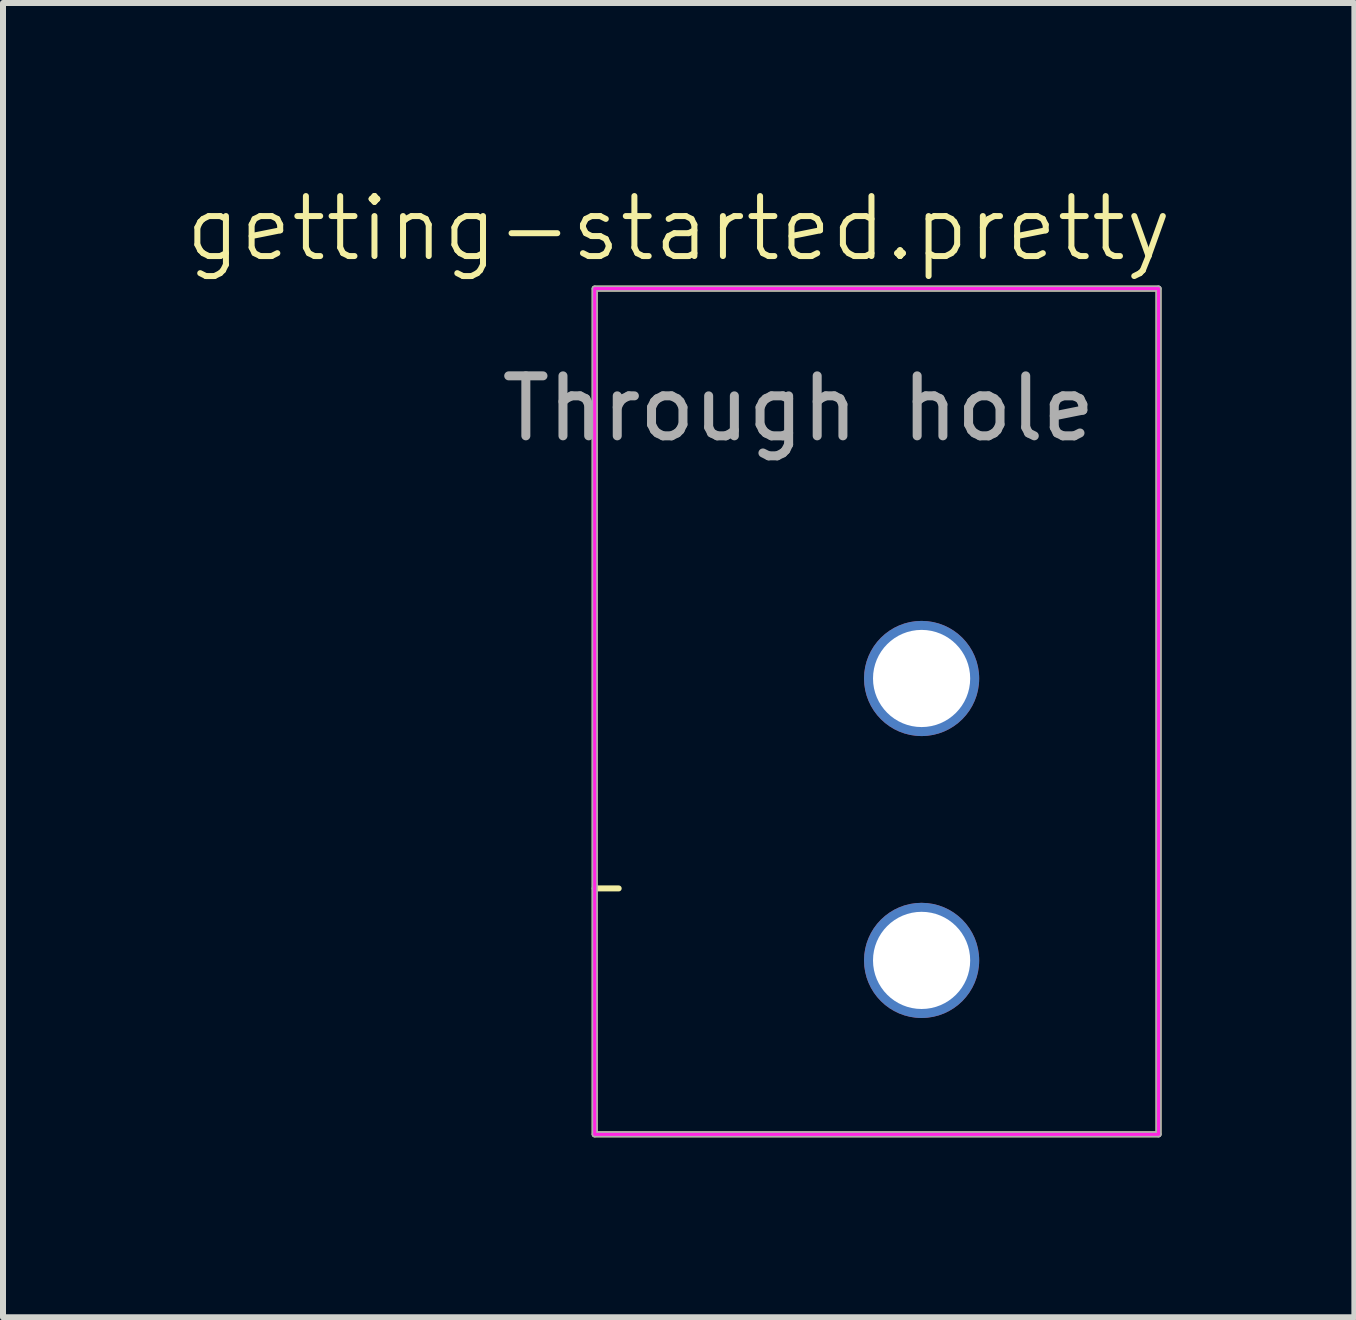
<source format=kicad_pcb>
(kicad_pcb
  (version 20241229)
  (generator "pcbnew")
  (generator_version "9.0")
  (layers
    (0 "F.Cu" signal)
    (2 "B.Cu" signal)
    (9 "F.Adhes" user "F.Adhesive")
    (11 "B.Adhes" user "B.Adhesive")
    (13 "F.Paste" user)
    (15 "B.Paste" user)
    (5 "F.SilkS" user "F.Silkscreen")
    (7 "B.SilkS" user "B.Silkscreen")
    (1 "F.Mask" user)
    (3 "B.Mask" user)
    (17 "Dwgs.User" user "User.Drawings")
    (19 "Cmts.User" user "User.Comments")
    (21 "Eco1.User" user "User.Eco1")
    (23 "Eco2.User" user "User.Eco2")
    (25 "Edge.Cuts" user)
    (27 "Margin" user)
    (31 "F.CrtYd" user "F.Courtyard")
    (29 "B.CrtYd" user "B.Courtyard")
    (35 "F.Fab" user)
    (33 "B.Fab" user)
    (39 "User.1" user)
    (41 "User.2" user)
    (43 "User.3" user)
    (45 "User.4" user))
  (footprint "getting-started.pretty"
    (layer "F.Cu")
    (at 12.314 3.561)
    (property "Reference" "getting-started.pretty" (at -4.05 -2.8 0) (unlocked yes) (layer "F.SilkS") (effects (font (size 1 1) (thickness 0.1))))
    (attr smd)
    (fp_rect (start -5.45 -1.8) (end 3.95 12.3) (stroke (width 0.1) (type default)) (fill no) (layer "F.SilkS"))
    (fp_rect (start -5.45 8.2) (end -5.05 8.2) (stroke (width 0.1) (type default)) (fill no) (layer "F.SilkS"))
    (fp_rect (start -5.45 -1.8) (end 3.95 12.3) (stroke (width 0.05) (type default)) (fill no) (layer "F.CrtYd"))
    (fp_rect (start -5.45 -1.8) (end -5.45 12.3) (stroke (width 0.1) (type default)) (fill no) (layer "F.Fab"))
    (fp_rect (start -5.45 -1.8) (end 3.95 -1.8) (stroke (width 0.1) (type default)) (fill no) (layer "F.Fab"))
    (fp_rect (start -5.45 12.3) (end 3.95 12.3) (stroke (width 0.1) (type default)) (fill no) (layer "F.Fab"))
    (fp_rect (start 3.95 -1.8) (end 3.95 12.3) (stroke (width 0.1) (type default)) (fill no) (layer "F.Fab"))
    (fp_text user "Through hole" (at -2.05 0.2 0) (unlocked yes) (layer "F.Fab") (effects (font (size 1 1) (thickness 0.15))))
    (pad "2" thru_hole circle (at 0 4.7) (size 1.92 1.92) (drill 1.62) (layers "*.Cu" "*.Mask") (padstack (mode custom) (layer "B.Cu" (shape circle) (size 1.92 1.92))))
    (pad "3" thru_hole circle (at 0 9.4) (size 1.92 1.92) (drill 1.62) (layers "*.Cu" "*.Mask")))
  (gr_rect
    (start -3 -3)
    (end 19.529 18.91)
    (stroke (width 0.1) (type default))
    (fill no)
    (layer "Edge.Cuts")))
</source>
